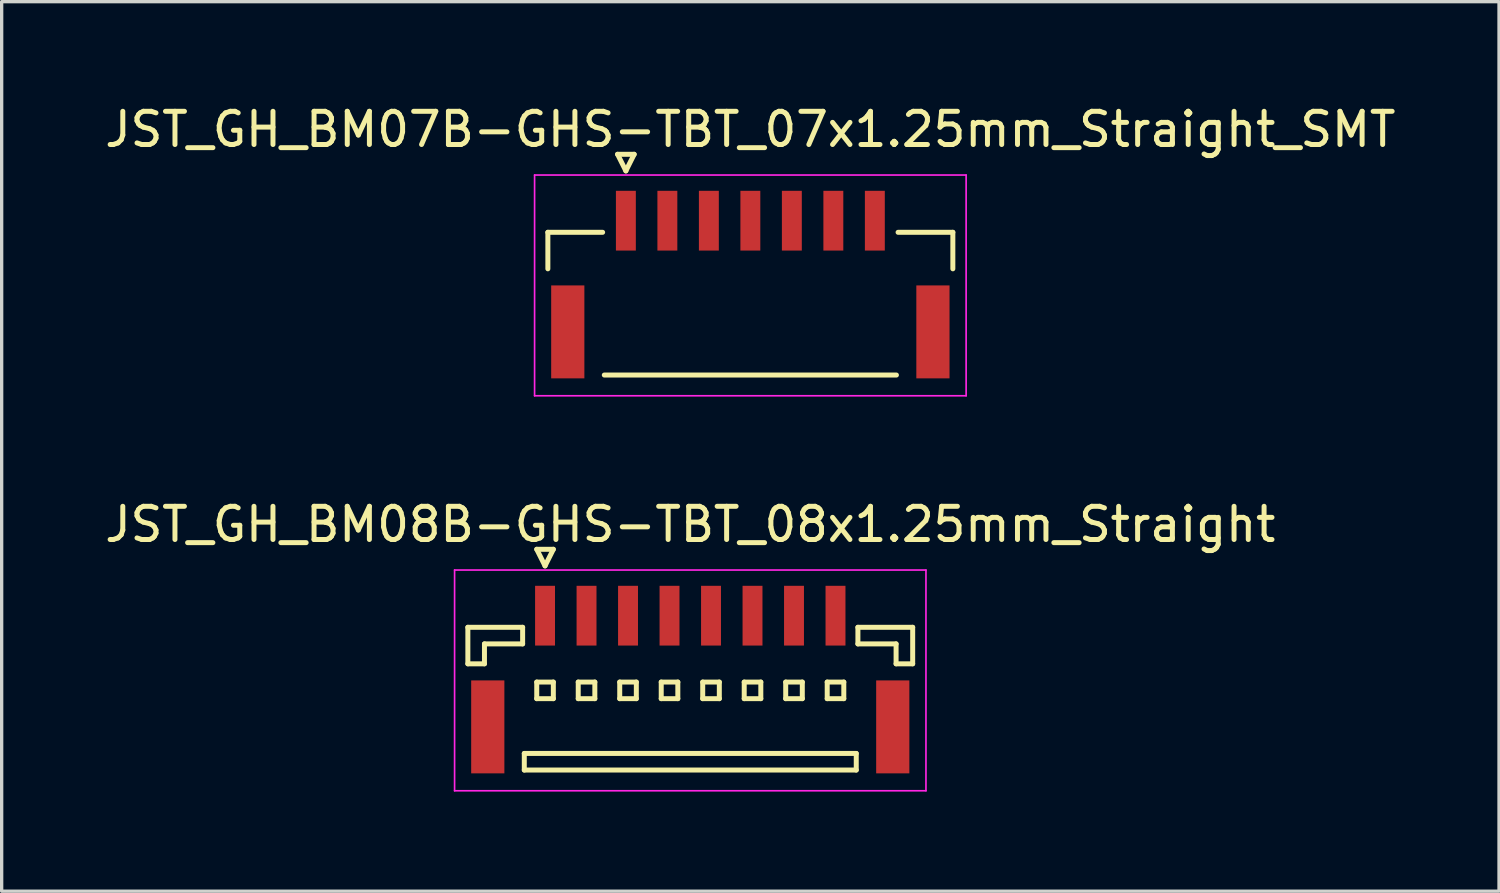
<source format=kicad_pcb>
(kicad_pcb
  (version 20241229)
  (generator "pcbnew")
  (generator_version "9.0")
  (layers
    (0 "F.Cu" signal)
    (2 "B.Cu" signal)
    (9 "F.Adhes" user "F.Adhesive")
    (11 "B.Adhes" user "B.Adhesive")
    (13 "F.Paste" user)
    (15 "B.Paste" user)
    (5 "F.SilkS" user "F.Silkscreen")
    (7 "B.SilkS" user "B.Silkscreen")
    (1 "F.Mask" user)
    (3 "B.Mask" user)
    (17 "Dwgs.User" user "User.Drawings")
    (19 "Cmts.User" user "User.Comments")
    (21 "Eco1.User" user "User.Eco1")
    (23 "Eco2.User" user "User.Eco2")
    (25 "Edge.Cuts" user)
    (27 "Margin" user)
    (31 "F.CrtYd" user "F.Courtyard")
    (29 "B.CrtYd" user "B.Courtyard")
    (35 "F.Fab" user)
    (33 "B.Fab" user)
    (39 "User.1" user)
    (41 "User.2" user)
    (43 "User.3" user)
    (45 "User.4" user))
  (footprint "JST_GH_BM07B-GHS-TBT_07x1.25mm_Straight_SMT"
    (layer "F.Cu")
    (at 19.554 5.273)
    (property "Reference" "JST_GH_BM07B-GHS-TBT_07x1.25mm_Straight_SMT" (at 0 -4.425 0) (layer "F.SilkS") (effects (font (size 1 1) (thickness 0.15))))
    (attr smd)
    (fp_line (start -6.1 -1.325) (end -4.45 -1.325) (stroke (width 0.15) (type solid)) (layer "F.SilkS"))
    (fp_line (start -6.1 -0.225) (end -6.1 -1.325) (stroke (width 0.15) (type solid)) (layer "F.SilkS"))
    (fp_line (start -4.4 2.975) (end 4.4 2.975) (stroke (width 0.15) (type solid)) (layer "F.SilkS"))
    (fp_line (start -4 -3.675) (end -3.5 -3.675) (stroke (width 0.15) (type solid)) (layer "F.SilkS"))
    (fp_line (start -3.75 -3.175) (end -4 -3.675) (stroke (width 0.15) (type solid)) (layer "F.SilkS"))
    (fp_line (start -3.5 -3.675) (end -3.75 -3.175) (stroke (width 0.15) (type solid)) (layer "F.SilkS"))
    (fp_line (start 6.1 -1.325) (end 4.45 -1.325) (stroke (width 0.15) (type solid)) (layer "F.SilkS"))
    (fp_line (start 6.1 -0.225) (end 6.1 -1.325) (stroke (width 0.15) (type solid)) (layer "F.SilkS"))
    (fp_line (start -6.5 -3.05) (end -6.5 3.6) (stroke (width 0.05) (type solid)) (layer "F.CrtYd"))
    (fp_line (start -6.5 3.6) (end 6.5 3.6) (stroke (width 0.05) (type solid)) (layer "F.CrtYd"))
    (fp_line (start 6.5 -3.05) (end -6.5 -3.05) (stroke (width 0.05) (type solid)) (layer "F.CrtYd"))
    (fp_line (start 6.5 3.6) (end 6.5 -3.05) (stroke (width 0.05) (type solid)) (layer "F.CrtYd"))
    (pad "" smd rect (at -5.5 1.675) (size 1 2.8) (layers "F.Cu" "F.Mask" "F.Paste"))
    (pad "" smd rect (at 5.5 1.675) (size 1 2.8) (layers "F.Cu" "F.Mask" "F.Paste"))
    (pad "1" smd rect (at -3.75 -1.675) (size 0.6 1.8) (layers "F.Cu" "F.Mask" "F.Paste"))
    (pad "2" smd rect (at -2.5 -1.675) (size 0.6 1.8) (layers "F.Cu" "F.Mask" "F.Paste"))
    (pad "3" smd rect (at -1.25 -1.675) (size 0.6 1.8) (layers "F.Cu" "F.Mask" "F.Paste"))
    (pad "4" smd rect (at 0 -1.675) (size 0.6 1.8) (layers "F.Cu" "F.Mask" "F.Paste"))
    (pad "5" smd rect (at 1.25 -1.675) (size 0.6 1.8) (layers "F.Cu" "F.Mask" "F.Paste"))
    (pad "6" smd rect (at 2.5 -1.675) (size 0.6 1.8) (layers "F.Cu" "F.Mask" "F.Paste"))
    (pad "7" smd rect (at 3.75 -1.675) (size 0.6 1.8) (layers "F.Cu" "F.Mask" "F.Paste")))
  (footprint "JST_GH_BM08B-GHS-TBT_08x1.25mm_Straight"
    (layer "F.Cu")
    (at 17.744 17.172)
    (property "Reference" "JST_GH_BM08B-GHS-TBT_08x1.25mm_Straight" (at 0 -4.425 0) (layer "F.SilkS") (effects (font (size 1 1) (thickness 0.15))))
    (attr smd)
    (fp_line (start -6.7 -1.325) (end -5.05 -1.325) (stroke (width 0.15) (type solid)) (layer "F.SilkS"))
    (fp_line (start -6.7 -0.225) (end -6.7 -1.325) (stroke (width 0.15) (type solid)) (layer "F.SilkS"))
    (fp_line (start -6.2 -0.825) (end -6.2 -0.225) (stroke (width 0.15) (type solid)) (layer "F.SilkS"))
    (fp_line (start -6.2 -0.225) (end -6.7 -0.225) (stroke (width 0.15) (type solid)) (layer "F.SilkS"))
    (fp_line (start -5.05 -1.325) (end -5.05 -0.825) (stroke (width 0.15) (type solid)) (layer "F.SilkS"))
    (fp_line (start -5.05 -0.825) (end -6.2 -0.825) (stroke (width 0.15) (type solid)) (layer "F.SilkS"))
    (fp_line (start -5 2.475) (end -5 2.975) (stroke (width 0.15) (type solid)) (layer "F.SilkS"))
    (fp_line (start -5 2.975) (end 5 2.975) (stroke (width 0.15) (type solid)) (layer "F.SilkS"))
    (fp_line (start -4.625 -3.675) (end -4.125 -3.675) (stroke (width 0.15) (type solid)) (layer "F.SilkS"))
    (fp_line (start -4.625 0.325) (end -4.625 0.825) (stroke (width 0.15) (type solid)) (layer "F.SilkS"))
    (fp_line (start -4.625 0.825) (end -4.125 0.825) (stroke (width 0.15) (type solid)) (layer "F.SilkS"))
    (fp_line (start -4.375 -3.175) (end -4.625 -3.675) (stroke (width 0.15) (type solid)) (layer "F.SilkS"))
    (fp_line (start -4.125 -3.675) (end -4.375 -3.175) (stroke (width 0.15) (type solid)) (layer "F.SilkS"))
    (fp_line (start -4.125 0.325) (end -4.625 0.325) (stroke (width 0.15) (type solid)) (layer "F.SilkS"))
    (fp_line (start -4.125 0.825) (end -4.125 0.325) (stroke (width 0.15) (type solid)) (layer "F.SilkS"))
    (fp_line (start -3.375 0.325) (end -3.375 0.825) (stroke (width 0.15) (type solid)) (layer "F.SilkS"))
    (fp_line (start -3.375 0.825) (end -2.875 0.825) (stroke (width 0.15) (type solid)) (layer "F.SilkS"))
    (fp_line (start -2.875 0.325) (end -3.375 0.325) (stroke (width 0.15) (type solid)) (layer "F.SilkS"))
    (fp_line (start -2.875 0.825) (end -2.875 0.325) (stroke (width 0.15) (type solid)) (layer "F.SilkS"))
    (fp_line (start -2.125 0.325) (end -2.125 0.825) (stroke (width 0.15) (type solid)) (layer "F.SilkS"))
    (fp_line (start -2.125 0.825) (end -1.625 0.825) (stroke (width 0.15) (type solid)) (layer "F.SilkS"))
    (fp_line (start -1.625 0.325) (end -2.125 0.325) (stroke (width 0.15) (type solid)) (layer "F.SilkS"))
    (fp_line (start -1.625 0.825) (end -1.625 0.325) (stroke (width 0.15) (type solid)) (layer "F.SilkS"))
    (fp_line (start -0.875 0.325) (end -0.875 0.825) (stroke (width 0.15) (type solid)) (layer "F.SilkS"))
    (fp_line (start -0.875 0.825) (end -0.375 0.825) (stroke (width 0.15) (type solid)) (layer "F.SilkS"))
    (fp_line (start -0.375 0.325) (end -0.875 0.325) (stroke (width 0.15) (type solid)) (layer "F.SilkS"))
    (fp_line (start -0.375 0.825) (end -0.375 0.325) (stroke (width 0.15) (type solid)) (layer "F.SilkS"))
    (fp_line (start 0.375 0.325) (end 0.375 0.825) (stroke (width 0.15) (type solid)) (layer "F.SilkS"))
    (fp_line (start 0.375 0.825) (end 0.875 0.825) (stroke (width 0.15) (type solid)) (layer "F.SilkS"))
    (fp_line (start 0.875 0.325) (end 0.375 0.325) (stroke (width 0.15) (type solid)) (layer "F.SilkS"))
    (fp_line (start 0.875 0.825) (end 0.875 0.325) (stroke (width 0.15) (type solid)) (layer "F.SilkS"))
    (fp_line (start 1.625 0.325) (end 1.625 0.825) (stroke (width 0.15) (type solid)) (layer "F.SilkS"))
    (fp_line (start 1.625 0.825) (end 2.125 0.825) (stroke (width 0.15) (type solid)) (layer "F.SilkS"))
    (fp_line (start 2.125 0.325) (end 1.625 0.325) (stroke (width 0.15) (type solid)) (layer "F.SilkS"))
    (fp_line (start 2.125 0.825) (end 2.125 0.325) (stroke (width 0.15) (type solid)) (layer "F.SilkS"))
    (fp_line (start 2.875 0.325) (end 2.875 0.825) (stroke (width 0.15) (type solid)) (layer "F.SilkS"))
    (fp_line (start 2.875 0.825) (end 3.375 0.825) (stroke (width 0.15) (type solid)) (layer "F.SilkS"))
    (fp_line (start 3.375 0.325) (end 2.875 0.325) (stroke (width 0.15) (type solid)) (layer "F.SilkS"))
    (fp_line (start 3.375 0.825) (end 3.375 0.325) (stroke (width 0.15) (type solid)) (layer "F.SilkS"))
    (fp_line (start 4.125 0.325) (end 4.125 0.825) (stroke (width 0.15) (type solid)) (layer "F.SilkS"))
    (fp_line (start 4.125 0.825) (end 4.625 0.825) (stroke (width 0.15) (type solid)) (layer "F.SilkS"))
    (fp_line (start 4.625 0.325) (end 4.125 0.325) (stroke (width 0.15) (type solid)) (layer "F.SilkS"))
    (fp_line (start 4.625 0.825) (end 4.625 0.325) (stroke (width 0.15) (type solid)) (layer "F.SilkS"))
    (fp_line (start 5 2.475) (end -5 2.475) (stroke (width 0.15) (type solid)) (layer "F.SilkS"))
    (fp_line (start 5 2.975) (end 5 2.475) (stroke (width 0.15) (type solid)) (layer "F.SilkS"))
    (fp_line (start 5.05 -1.325) (end 5.05 -0.825) (stroke (width 0.15) (type solid)) (layer "F.SilkS"))
    (fp_line (start 5.05 -0.825) (end 6.2 -0.825) (stroke (width 0.15) (type solid)) (layer "F.SilkS"))
    (fp_line (start 6.2 -0.825) (end 6.2 -0.225) (stroke (width 0.15) (type solid)) (layer "F.SilkS"))
    (fp_line (start 6.2 -0.225) (end 6.7 -0.225) (stroke (width 0.15) (type solid)) (layer "F.SilkS"))
    (fp_line (start 6.7 -1.325) (end 5.05 -1.325) (stroke (width 0.15) (type solid)) (layer "F.SilkS"))
    (fp_line (start 6.7 -0.225) (end 6.7 -1.325) (stroke (width 0.15) (type solid)) (layer "F.SilkS"))
    (fp_line (start -7.1 -3.05) (end -7.1 3.6) (stroke (width 0.05) (type solid)) (layer "F.CrtYd"))
    (fp_line (start -7.1 3.6) (end 7.1 3.6) (stroke (width 0.05) (type solid)) (layer "F.CrtYd"))
    (fp_line (start 7.1 -3.05) (end -7.1 -3.05) (stroke (width 0.05) (type solid)) (layer "F.CrtYd"))
    (fp_line (start 7.1 3.6) (end 7.1 -3.05) (stroke (width 0.05) (type solid)) (layer "F.CrtYd"))
    (pad "" smd rect (at -6.1 1.675) (size 1 2.8) (layers "F.Cu" "F.Mask" "F.Paste"))
    (pad "" smd rect (at 6.1 1.675) (size 1 2.8) (layers "F.Cu" "F.Mask" "F.Paste"))
    (pad "1" smd rect (at -4.375 -1.675) (size 0.6 1.8) (layers "F.Cu" "F.Mask" "F.Paste"))
    (pad "2" smd rect (at -3.125 -1.675) (size 0.6 1.8) (layers "F.Cu" "F.Mask" "F.Paste"))
    (pad "3" smd rect (at -1.875 -1.675) (size 0.6 1.8) (layers "F.Cu" "F.Mask" "F.Paste"))
    (pad "4" smd rect (at -0.625 -1.675) (size 0.6 1.8) (layers "F.Cu" "F.Mask" "F.Paste"))
    (pad "5" smd rect (at 0.625 -1.675) (size 0.6 1.8) (layers "F.Cu" "F.Mask" "F.Paste"))
    (pad "6" smd rect (at 1.875 -1.675) (size 0.6 1.8) (layers "F.Cu" "F.Mask" "F.Paste"))
    (pad "7" smd rect (at 3.125 -1.675) (size 0.6 1.8) (layers "F.Cu" "F.Mask" "F.Paste"))
    (pad "8" smd rect (at 4.375 -1.675) (size 0.6 1.8) (layers "F.Cu" "F.Mask" "F.Paste")))
  (gr_rect
    (start -3 -3)
    (end 42.107 23.797)
    (stroke (width 0.1) (type default))
    (fill no)
    (layer "Edge.Cuts")))
</source>
